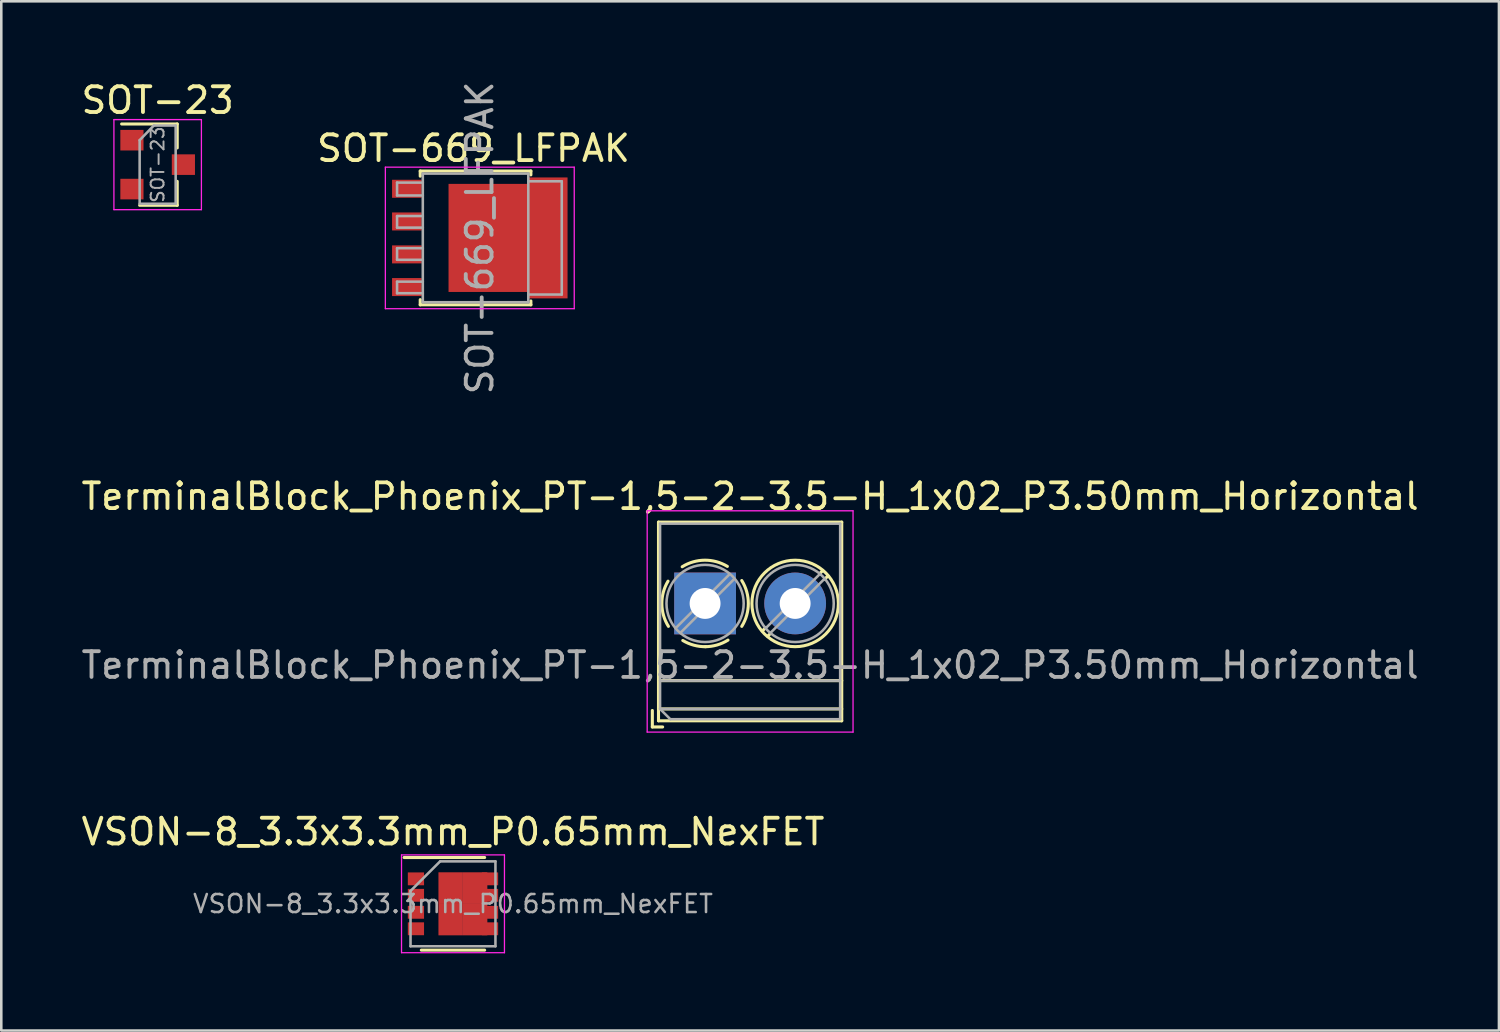
<source format=kicad_pcb>
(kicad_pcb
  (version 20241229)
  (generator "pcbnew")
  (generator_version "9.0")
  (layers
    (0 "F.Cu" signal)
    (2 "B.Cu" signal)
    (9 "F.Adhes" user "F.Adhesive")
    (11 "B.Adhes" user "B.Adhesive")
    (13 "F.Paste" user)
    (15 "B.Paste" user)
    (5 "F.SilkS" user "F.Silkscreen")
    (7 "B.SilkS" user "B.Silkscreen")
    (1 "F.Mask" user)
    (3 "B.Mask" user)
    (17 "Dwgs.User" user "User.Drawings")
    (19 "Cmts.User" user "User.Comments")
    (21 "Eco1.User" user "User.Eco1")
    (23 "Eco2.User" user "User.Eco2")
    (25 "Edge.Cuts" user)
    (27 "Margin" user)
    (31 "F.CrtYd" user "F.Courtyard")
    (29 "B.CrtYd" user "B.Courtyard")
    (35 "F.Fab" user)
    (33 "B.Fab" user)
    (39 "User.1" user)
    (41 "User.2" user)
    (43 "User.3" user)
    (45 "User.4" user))
  (footprint "TerminalBlock_Phoenix_PT-1,5-2-3.5-H_1x02_P3.50mm_Horizontal"
    (layer "F.Cu")
    (at 24.351 20.401)
    (property "Reference" "TerminalBlock_Phoenix_PT-1,5-2-3.5-H_1x02_P3.50mm_Horizontal" (at 1.75 -4.16 0) (layer "F.SilkS") (effects (font (size 1 1) (thickness 0.15))))
    (attr through_hole)
    (fp_line (start -2.05 4.16) (end -2.05 4.8) (stroke (width 0.12) (type solid)) (layer "F.SilkS"))
    (fp_line (start -2.05 4.8) (end -1.65 4.8) (stroke (width 0.12) (type solid)) (layer "F.SilkS"))
    (fp_line (start -1.81 -3.16) (end -1.81 4.56) (stroke (width 0.12) (type solid)) (layer "F.SilkS"))
    (fp_line (start -1.81 -3.16) (end 5.31 -3.16) (stroke (width 0.12) (type solid)) (layer "F.SilkS"))
    (fp_line (start -1.81 3) (end 5.31 3) (stroke (width 0.12) (type solid)) (layer "F.SilkS"))
    (fp_line (start -1.81 4.1) (end 5.31 4.1) (stroke (width 0.12) (type solid)) (layer "F.SilkS"))
    (fp_line (start -1.81 4.56) (end 5.31 4.56) (stroke (width 0.12) (type solid)) (layer "F.SilkS"))
    (fp_line (start 2.355 0.941) (end 2.226 1.069) (stroke (width 0.12) (type solid)) (layer "F.SilkS"))
    (fp_line (start 2.525 1.181) (end 2.431 1.274) (stroke (width 0.12) (type solid)) (layer "F.SilkS"))
    (fp_line (start 4.57 -1.275) (end 4.476 -1.181) (stroke (width 0.12) (type solid)) (layer "F.SilkS"))
    (fp_line (start 4.775 -1.069) (end 4.646 -0.941) (stroke (width 0.12) (type solid)) (layer "F.SilkS"))
    (fp_line (start 5.31 -3.16) (end 5.31 4.56) (stroke (width 0.12) (type solid)) (layer "F.SilkS"))
    (fp_arc (start -1.425358 0.889894) (mid -1.680286 0.014012) (end -1.44 -0.866) (stroke (width 0.12) (type solid)) (layer "F.SilkS"))
    (fp_arc (start -0.889894 -1.425358) (mid -0.014012 -1.680286) (end 0.866 -1.44) (stroke (width 0.12) (type solid)) (layer "F.SilkS"))
    (fp_arc (start 0.028674 1.680099) (mid -0.435535 1.622918) (end -0.866 1.44) (stroke (width 0.12) (type solid)) (layer "F.SilkS"))
    (fp_arc (start 0.890264 1.424721) (mid 0.463071 1.61492) (end 0 1.68) (stroke (width 0.12) (type solid)) (layer "F.SilkS"))
    (fp_arc (start 1.425504 -0.890193) (mid 1.680626 0.000476) (end 1.425 0.891) (stroke (width 0.12) (type solid)) (layer "F.SilkS"))
    (fp_circle (center 3.5 0) (end 5.18 0) (stroke (width 0.12) (type solid)) (fill no) (layer "F.SilkS"))
    (fp_line (start -2.25 -3.6) (end -2.25 5) (stroke (width 0.05) (type solid)) (layer "F.CrtYd"))
    (fp_line (start -2.25 5) (end 5.75 5) (stroke (width 0.05) (type solid)) (layer "F.CrtYd"))
    (fp_line (start 5.75 -3.6) (end -2.25 -3.6) (stroke (width 0.05) (type solid)) (layer "F.CrtYd"))
    (fp_line (start 5.75 5) (end 5.75 -3.6) (stroke (width 0.05) (type solid)) (layer "F.CrtYd"))
    (fp_line (start -1.75 -3.1) (end 5.25 -3.1) (stroke (width 0.1) (type solid)) (layer "F.Fab"))
    (fp_line (start -1.75 3) (end 5.25 3) (stroke (width 0.1) (type solid)) (layer "F.Fab"))
    (fp_line (start -1.75 4.1) (end -1.75 -3.1) (stroke (width 0.1) (type solid)) (layer "F.Fab"))
    (fp_line (start -1.75 4.1) (end 5.25 4.1) (stroke (width 0.1) (type solid)) (layer "F.Fab"))
    (fp_line (start -1.35 4.5) (end -1.75 4.1) (stroke (width 0.1) (type solid)) (layer "F.Fab"))
    (fp_line (start 0.955 -1.138) (end -1.138 0.955) (stroke (width 0.1) (type solid)) (layer "F.Fab"))
    (fp_line (start 1.138 -0.955) (end -0.955 1.138) (stroke (width 0.1) (type solid)) (layer "F.Fab"))
    (fp_line (start 4.455 -1.138) (end 2.363 0.955) (stroke (width 0.1) (type solid)) (layer "F.Fab"))
    (fp_line (start 4.638 -0.955) (end 2.546 1.138) (stroke (width 0.1) (type solid)) (layer "F.Fab"))
    (fp_line (start 5.25 -3.1) (end 5.25 4.5) (stroke (width 0.1) (type solid)) (layer "F.Fab"))
    (fp_line (start 5.25 4.5) (end -1.35 4.5) (stroke (width 0.1) (type solid)) (layer "F.Fab"))
    (fp_circle (center 0 0) (end 1.5 0) (stroke (width 0.1) (type solid)) (fill no) (layer "F.Fab"))
    (fp_circle (center 3.5 0) (end 5 0) (stroke (width 0.1) (type solid)) (fill no) (layer "F.Fab"))
    (fp_text user "${REFERENCE}" (at 1.75 2.4 0) (layer "F.Fab") (effects (font (size 1 1) (thickness 0.15))))
    (pad "1" thru_hole rect (at 0 0) (size 2.4 2.4) (drill 1.2) (layers "*.Cu" "*.Mask"))
    (pad "2" thru_hole circle (at 3.5 0) (size 2.4 2.4) (drill 1.2) (layers "*.Cu" "*.Mask")))
  (footprint "SOT-669_LFPAK"
    (layer "F.Cu")
    (at 15.596 6.196)
    (property "Reference" "SOT-669_LFPAK" (at -0.245 -3.48 0) (layer "F.SilkS") (effects (font (size 1 1) (thickness 0.15))))
    (attr smd)
    (fp_line (start -2.315 -2.6) (end -2.315 -2.4) (stroke (width 0.12) (type solid)) (layer "F.SilkS"))
    (fp_line (start -2.315 2.4) (end -2.315 2.6) (stroke (width 0.12) (type solid)) (layer "F.SilkS"))
    (fp_line (start -2.315 2.6) (end 1.985 2.6) (stroke (width 0.12) (type solid)) (layer "F.SilkS"))
    (fp_line (start 1.985 -2.6) (end -2.315 -2.6) (stroke (width 0.12) (type solid)) (layer "F.SilkS"))
    (fp_line (start 1.985 -2.45) (end 1.985 -2.6) (stroke (width 0.12) (type solid)) (layer "F.SilkS"))
    (fp_line (start 1.985 2.6) (end 1.985 2.45) (stroke (width 0.12) (type solid)) (layer "F.SilkS"))
    (fp_line (start -3.67 2.75) (end -3.67 -2.75) (stroke (width 0.05) (type solid)) (layer "F.CrtYd"))
    (fp_line (start -3.67 2.75) (end 3.67 2.75) (stroke (width 0.05) (type solid)) (layer "F.CrtYd"))
    (fp_line (start 3.67 -2.75) (end -3.67 -2.75) (stroke (width 0.05) (type solid)) (layer "F.CrtYd"))
    (fp_line (start 3.67 -2.75) (end 3.67 2.75) (stroke (width 0.05) (type solid)) (layer "F.CrtYd"))
    (fp_line (start -3.215 -2.15) (end -3.215 -1.65) (stroke (width 0.1) (type solid)) (layer "F.Fab"))
    (fp_line (start -3.215 -2.15) (end -2.215 -2.15) (stroke (width 0.1) (type solid)) (layer "F.Fab"))
    (fp_line (start -3.215 -1.65) (end -2.215 -1.65) (stroke (width 0.1) (type solid)) (layer "F.Fab"))
    (fp_line (start -3.215 -0.85) (end -3.215 -0.4) (stroke (width 0.1) (type solid)) (layer "F.Fab"))
    (fp_line (start -3.215 -0.4) (end -2.215 -0.4) (stroke (width 0.1) (type solid)) (layer "F.Fab"))
    (fp_line (start -3.215 0.4) (end -3.215 0.85) (stroke (width 0.1) (type solid)) (layer "F.Fab"))
    (fp_line (start -3.215 0.85) (end -2.215 0.85) (stroke (width 0.1) (type solid)) (layer "F.Fab"))
    (fp_line (start -3.215 1.7) (end -3.215 2.15) (stroke (width 0.1) (type solid)) (layer "F.Fab"))
    (fp_line (start -3.215 2.15) (end -2.215 2.15) (stroke (width 0.1) (type solid)) (layer "F.Fab"))
    (fp_line (start -2.215 -2.5) (end -2.215 2.5) (stroke (width 0.1) (type solid)) (layer "F.Fab"))
    (fp_line (start -2.215 -0.85) (end -3.215 -0.85) (stroke (width 0.1) (type solid)) (layer "F.Fab"))
    (fp_line (start -2.215 0.4) (end -3.215 0.4) (stroke (width 0.1) (type solid)) (layer "F.Fab"))
    (fp_line (start -2.215 1.7) (end -3.215 1.7) (stroke (width 0.1) (type solid)) (layer "F.Fab"))
    (fp_line (start -2.215 2.5) (end 1.885 2.5) (stroke (width 0.1) (type solid)) (layer "F.Fab"))
    (fp_line (start 1.885 -2.5) (end -2.215 -2.5) (stroke (width 0.1) (type solid)) (layer "F.Fab"))
    (fp_line (start 1.885 2.5) (end 1.885 -2.5) (stroke (width 0.1) (type solid)) (layer "F.Fab"))
    (fp_line (start 3.185 -2.2) (end 1.885 -2.2) (stroke (width 0.1) (type solid)) (layer "F.Fab"))
    (fp_line (start 3.185 -2.2) (end 3.185 2.2) (stroke (width 0.1) (type solid)) (layer "F.Fab"))
    (fp_line (start 3.185 2.2) (end 1.885 2.2) (stroke (width 0.1) (type solid)) (layer "F.Fab"))
    (fp_text user "${REFERENCE}" (at 0 0 90) (layer "F.Fab") (effects (font (size 1 1) (thickness 0.15))))
    (pad "" smd rect (at -0.665 -1.15) (size 0.6 0.9) (layers "F.Paste"))
    (pad "" smd rect (at -0.665 0) (size 0.6 0.9) (layers "F.Paste"))
    (pad "" smd rect (at -0.665 1.15) (size 0.6 0.9) (layers "F.Paste"))
    (pad "" smd rect (at 0.185 -1.15) (size 0.6 0.9) (layers "F.Paste"))
    (pad "" smd rect (at 0.185 0) (size 0.6 0.9) (layers "F.Paste"))
    (pad "" smd rect (at 0.185 1.15) (size 0.6 0.9) (layers "F.Paste"))
    (pad "" smd rect (at 1.035 -1.15) (size 0.6 0.9) (layers "F.Paste"))
    (pad "" smd rect (at 1.035 0) (size 0.6 0.9) (layers "F.Paste"))
    (pad "" smd rect (at 1.035 1.15) (size 0.6 0.9) (layers "F.Paste"))
    (pad "" smd rect (at 2.885 -1.88 270) (size 0.6 0.9) (layers "F.Paste"))
    (pad "" smd rect (at 2.885 -0.6 270) (size 0.6 0.9) (layers "F.Paste"))
    (pad "" smd rect (at 2.885 0.6 270) (size 0.6 0.9) (layers "F.Paste"))
    (pad "" smd rect (at 2.885 1.88 270) (size 0.6 0.9) (layers "F.Paste"))
    (pad "D" smd rect (at 0.435 0 270) (size 4.2 3.3) (layers "F.Cu" "F.Mask"))
    (pad "D" smd rect (at 2.635 0 270) (size 4.7 1.55) (layers "F.Cu" "F.Mask"))
    (pad "G" smd rect (at -2.835 1.91 270) (size 0.7 1.15) (layers "F.Cu" "F.Mask" "F.Paste"))
    (pad "S" smd rect (at -2.835 -1.91 270) (size 0.7 1.15) (layers "F.Cu" "F.Mask" "F.Paste"))
    (pad "S" smd rect (at -2.835 -0.64 270) (size 0.7 1.15) (layers "F.Cu" "F.Mask" "F.Paste"))
    (pad "S" smd rect (at -2.835 0.64 270) (size 0.7 1.15) (layers "F.Cu" "F.Mask" "F.Paste")))
  (footprint "VSON-8_3.3x3.3mm_P0.65mm_NexFET"
    (layer "F.Cu")
    (at 14.554 32.074)
    (property "Reference" "VSON-8_3.3x3.3mm_P0.65mm_NexFET" (at 0 -2.8 180) (layer "F.SilkS") (effects (font (size 1 1) (thickness 0.15))))
    (attr smd)
    (fp_line (start -1.9 -1.8) (end 1.23 -1.8) (stroke (width 0.12) (type solid)) (layer "F.SilkS"))
    (fp_line (start -1.23 1.8) (end 1.23 1.8) (stroke (width 0.12) (type solid)) (layer "F.SilkS"))
    (fp_line (start -2 -1.9) (end -2 1.9) (stroke (width 0.05) (type solid)) (layer "F.CrtYd"))
    (fp_line (start -2 -1.9) (end 2 -1.9) (stroke (width 0.05) (type solid)) (layer "F.CrtYd"))
    (fp_line (start -2 1.9) (end 2 1.9) (stroke (width 0.05) (type solid)) (layer "F.CrtYd"))
    (fp_line (start 2 -1.9) (end 2 1.9) (stroke (width 0.05) (type solid)) (layer "F.CrtYd"))
    (fp_line (start -1.65 -0.5) (end -0.5 -1.65) (stroke (width 0.1) (type solid)) (layer "F.Fab"))
    (fp_line (start -1.65 1.65) (end -1.65 -0.5) (stroke (width 0.1) (type solid)) (layer "F.Fab"))
    (fp_line (start -0.5 -1.65) (end 1.65 -1.65) (stroke (width 0.1) (type solid)) (layer "F.Fab"))
    (fp_line (start 1.65 -1.65) (end 1.65 1.65) (stroke (width 0.1) (type solid)) (layer "F.Fab"))
    (fp_line (start 1.65 1.65) (end -1.65 1.65) (stroke (width 0.1) (type solid)) (layer "F.Fab"))
    (fp_text user "${REFERENCE}" (at 0 0 180) (layer "F.Fab") (effects (font (size 0.7 0.7) (thickness 0.1))))
    (pad "D" smd rect (at -0.09 -0.61) (size 0.95 1.23) (layers "F.Cu" "F.Mask" "F.Paste"))
    (pad "D" smd rect (at -0.09 0.61) (size 0.95 1.23) (layers "F.Cu" "F.Mask" "F.Paste"))
    (pad "D" smd rect (at 0.86 -0.61) (size 0.95 1.23) (layers "F.Cu" "F.Mask" "F.Paste"))
    (pad "D" smd rect (at 0.86 0.61) (size 0.95 1.23) (layers "F.Cu" "F.Mask" "F.Paste"))
    (pad "D" smd rect (at 1.44 -0.97) (size 0.63 0.5) (layers "F.Cu" "F.Mask" "F.Paste"))
    (pad "D" smd rect (at 1.44 -0.33) (size 0.63 0.5) (layers "F.Cu" "F.Mask" "F.Paste"))
    (pad "D" smd rect (at 1.44 0.33) (size 0.63 0.5) (layers "F.Cu" "F.Mask" "F.Paste"))
    (pad "D" smd rect (at 1.44 0.97) (size 0.63 0.5) (layers "F.Cu" "F.Mask" "F.Paste"))
    (pad "G" smd rect (at -1.44 0.97) (size 0.63 0.5) (layers "F.Cu" "F.Mask" "F.Paste"))
    (pad "S" smd rect (at -1.44 -0.97) (size 0.63 0.5) (layers "F.Cu" "F.Mask" "F.Paste"))
    (pad "S" smd rect (at -1.44 -0.33) (size 0.63 0.5) (layers "F.Cu" "F.Mask" "F.Paste"))
    (pad "S" smd rect (at -1.44 0.33) (size 0.63 0.5) (layers "F.Cu" "F.Mask" "F.Paste")))
  (footprint "SOT-23"
    (layer "F.Cu")
    (at 3.077 3.348)
    (property "Reference" "SOT-23" (at 0 -2.5 0) (layer "F.SilkS") (effects (font (size 1 1) (thickness 0.15))))
    (attr smd)
    (fp_line (start 0.76 -1.58) (end -1.4 -1.58) (stroke (width 0.12) (type solid)) (layer "F.SilkS"))
    (fp_line (start 0.76 -1.58) (end 0.76 -0.65) (stroke (width 0.12) (type solid)) (layer "F.SilkS"))
    (fp_line (start 0.76 1.58) (end -0.7 1.58) (stroke (width 0.12) (type solid)) (layer "F.SilkS"))
    (fp_line (start 0.76 1.58) (end 0.76 0.65) (stroke (width 0.12) (type solid)) (layer "F.SilkS"))
    (fp_line (start -1.7 -1.75) (end 1.7 -1.75) (stroke (width 0.05) (type solid)) (layer "F.CrtYd"))
    (fp_line (start -1.7 1.75) (end -1.7 -1.75) (stroke (width 0.05) (type solid)) (layer "F.CrtYd"))
    (fp_line (start 1.7 -1.75) (end 1.7 1.75) (stroke (width 0.05) (type solid)) (layer "F.CrtYd"))
    (fp_line (start 1.7 1.75) (end -1.7 1.75) (stroke (width 0.05) (type solid)) (layer "F.CrtYd"))
    (fp_line (start -0.7 -0.95) (end -0.7 1.5) (stroke (width 0.1) (type solid)) (layer "F.Fab"))
    (fp_line (start -0.7 -0.95) (end -0.15 -1.52) (stroke (width 0.1) (type solid)) (layer "F.Fab"))
    (fp_line (start -0.7 1.52) (end 0.7 1.52) (stroke (width 0.1) (type solid)) (layer "F.Fab"))
    (fp_line (start -0.15 -1.52) (end 0.7 -1.52) (stroke (width 0.1) (type solid)) (layer "F.Fab"))
    (fp_line (start 0.7 -1.52) (end 0.7 1.52) (stroke (width 0.1) (type solid)) (layer "F.Fab"))
    (fp_text user "${REFERENCE}" (at 0 0 90) (layer "F.Fab") (effects (font (size 0.5 0.5) (thickness 0.075))))
    (pad "D" smd rect (at 1 0) (size 0.9 0.8) (layers "F.Cu" "F.Mask" "F.Paste"))
    (pad "G" smd rect (at -1 -0.95) (size 0.9 0.8) (layers "F.Cu" "F.Mask" "F.Paste"))
    (pad "S" smd rect (at -1 0.95) (size 0.9 0.8) (layers "F.Cu" "F.Mask" "F.Paste")))
  (gr_rect
    (start -3 -3)
    (end 55.202 36.999)
    (stroke (width 0.1) (type default))
    (fill no)
    (layer "Edge.Cuts")))
</source>
